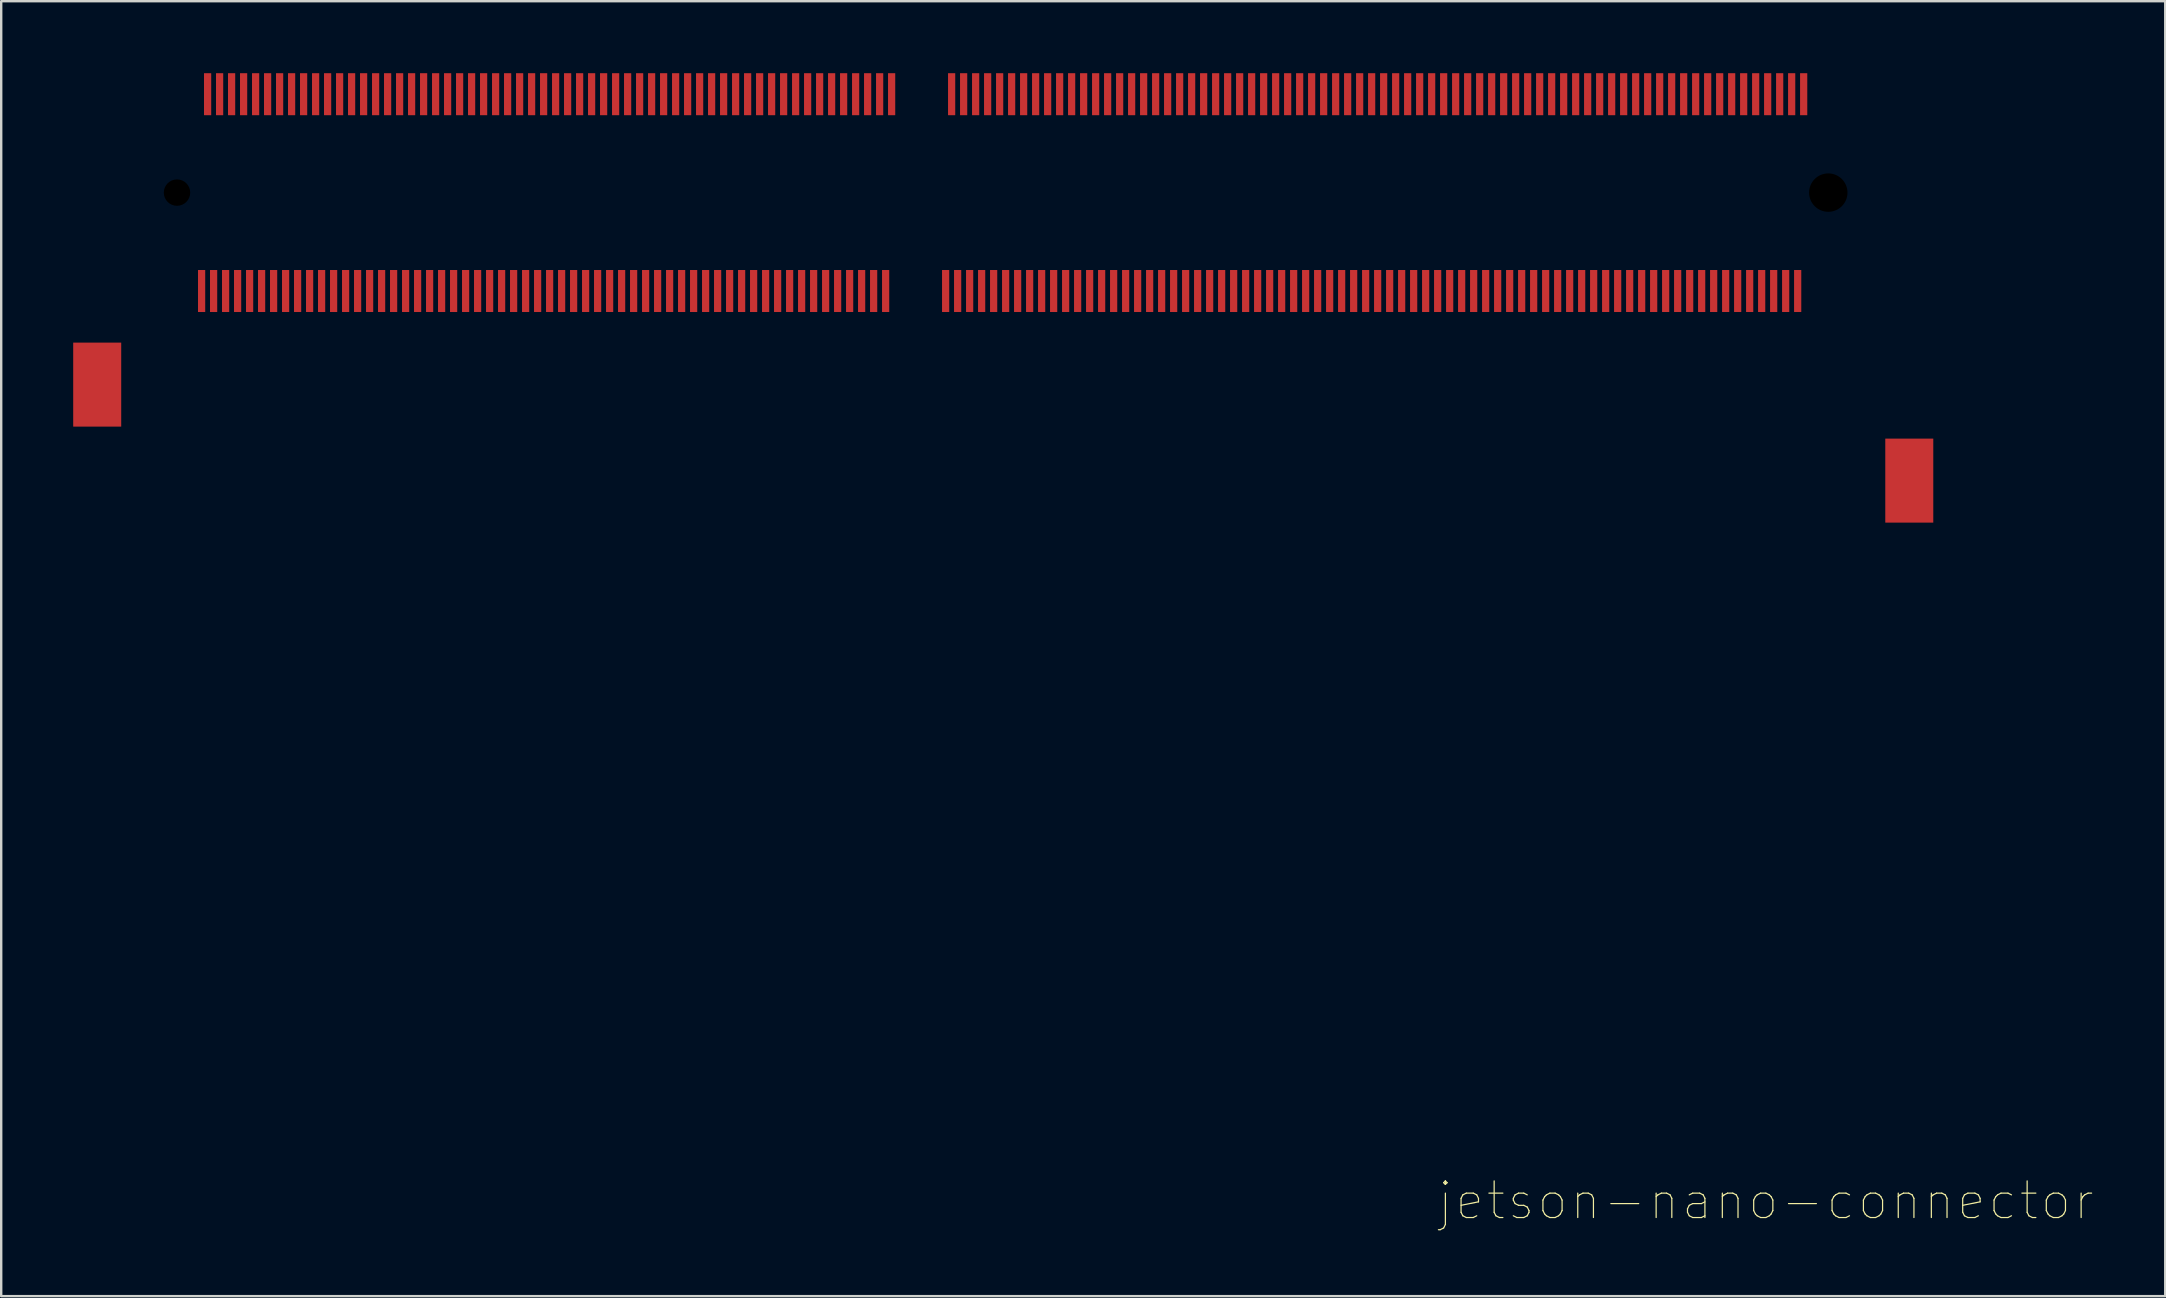
<source format=kicad_pcb>
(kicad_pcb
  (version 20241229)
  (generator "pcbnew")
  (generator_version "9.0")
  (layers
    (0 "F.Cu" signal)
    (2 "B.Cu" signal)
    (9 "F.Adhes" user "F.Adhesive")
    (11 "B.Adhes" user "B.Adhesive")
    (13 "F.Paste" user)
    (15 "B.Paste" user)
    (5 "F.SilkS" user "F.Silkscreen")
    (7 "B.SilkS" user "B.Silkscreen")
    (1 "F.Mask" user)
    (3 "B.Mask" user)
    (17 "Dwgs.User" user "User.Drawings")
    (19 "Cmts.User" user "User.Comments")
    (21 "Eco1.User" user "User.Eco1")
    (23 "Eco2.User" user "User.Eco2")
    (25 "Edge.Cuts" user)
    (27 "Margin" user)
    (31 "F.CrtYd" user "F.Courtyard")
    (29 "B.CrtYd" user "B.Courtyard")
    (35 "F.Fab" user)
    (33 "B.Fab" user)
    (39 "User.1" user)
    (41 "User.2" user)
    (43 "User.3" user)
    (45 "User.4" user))
  (footprint "jetson-nano-connector"
    (layer "F.Cu")
    (at 70.525 46.975)
    (property "Reference" "jetson-nano-connector" (at 0 0 0) (layer "F.SilkS") (effects (font (size 1.524 1.524) (thickness 0.05))))
    (attr smd)
    (pad "" np_thru_hole circle (at -66.2 -42 180) (size 1.1 1.1) (drill 1.1) (layers "*.Mask"))
    (pad "" np_thru_hole circle (at 2.6 -42 180) (size 1.6 1.6) (drill 1.6) (layers "*.Mask"))
    (pad "1" smd rect (at 1.575 -46.1 180) (size 0.3 1.75) (layers "F.Cu" "F.Mask" "F.Paste"))
    (pad "2" smd rect (at 1.325 -37.9 180) (size 0.3 1.75) (layers "F.Cu" "F.Mask" "F.Paste"))
    (pad "3" smd rect (at 1.075 -46.1 180) (size 0.3 1.75) (layers "F.Cu" "F.Mask" "F.Paste"))
    (pad "4" smd rect (at 0.825 -37.9 180) (size 0.3 1.75) (layers "F.Cu" "F.Mask" "F.Paste"))
    (pad "5" smd rect (at 0.575 -46.1 180) (size 0.3 1.75) (layers "F.Cu" "F.Mask" "F.Paste"))
    (pad "6" smd rect (at 0.325 -37.9 180) (size 0.3 1.75) (layers "F.Cu" "F.Mask" "F.Paste"))
    (pad "7" smd rect (at 0.075 -46.1 180) (size 0.3 1.75) (layers "F.Cu" "F.Mask" "F.Paste"))
    (pad "8" smd rect (at -0.175 -37.9 180) (size 0.3 1.75) (layers "F.Cu" "F.Mask" "F.Paste"))
    (pad "9" smd rect (at -0.425 -46.1 180) (size 0.3 1.75) (layers "F.Cu" "F.Mask" "F.Paste"))
    (pad "10" smd rect (at -0.675 -37.9 180) (size 0.3 1.75) (layers "F.Cu" "F.Mask" "F.Paste"))
    (pad "11" smd rect (at -0.925 -46.1 180) (size 0.3 1.75) (layers "F.Cu" "F.Mask" "F.Paste"))
    (pad "12" smd rect (at -1.175 -37.9 180) (size 0.3 1.75) (layers "F.Cu" "F.Mask" "F.Paste"))
    (pad "13" smd rect (at -1.425 -46.1 180) (size 0.3 1.75) (layers "F.Cu" "F.Mask" "F.Paste"))
    (pad "14" smd rect (at -1.675 -37.9 180) (size 0.3 1.75) (layers "F.Cu" "F.Mask" "F.Paste"))
    (pad "15" smd rect (at -1.925 -46.1 180) (size 0.3 1.75) (layers "F.Cu" "F.Mask" "F.Paste"))
    (pad "16" smd rect (at -2.175 -37.9 180) (size 0.3 1.75) (layers "F.Cu" "F.Mask" "F.Paste"))
    (pad "17" smd rect (at -2.425 -46.1 180) (size 0.3 1.75) (layers "F.Cu" "F.Mask" "F.Paste"))
    (pad "18" smd rect (at -2.675 -37.9 180) (size 0.3 1.75) (layers "F.Cu" "F.Mask" "F.Paste"))
    (pad "19" smd rect (at -2.925 -46.1 180) (size 0.3 1.75) (layers "F.Cu" "F.Mask" "F.Paste"))
    (pad "20" smd rect (at -3.175 -37.9 180) (size 0.3 1.75) (layers "F.Cu" "F.Mask" "F.Paste"))
    (pad "21" smd rect (at -3.425 -46.1 180) (size 0.3 1.75) (layers "F.Cu" "F.Mask" "F.Paste"))
    (pad "22" smd rect (at -3.675 -37.9 180) (size 0.3 1.75) (layers "F.Cu" "F.Mask" "F.Paste"))
    (pad "23" smd rect (at -3.925 -46.1 180) (size 0.3 1.75) (layers "F.Cu" "F.Mask" "F.Paste"))
    (pad "24" smd rect (at -4.175 -37.9 180) (size 0.3 1.75) (layers "F.Cu" "F.Mask" "F.Paste"))
    (pad "25" smd rect (at -4.425 -46.1 180) (size 0.3 1.75) (layers "F.Cu" "F.Mask" "F.Paste"))
    (pad "26" smd rect (at -4.675 -37.9 180) (size 0.3 1.75) (layers "F.Cu" "F.Mask" "F.Paste"))
    (pad "27" smd rect (at -4.925 -46.1 180) (size 0.3 1.75) (layers "F.Cu" "F.Mask" "F.Paste"))
    (pad "28" smd rect (at -5.175 -37.9 180) (size 0.3 1.75) (layers "F.Cu" "F.Mask" "F.Paste"))
    (pad "29" smd rect (at -5.425 -46.1 180) (size 0.3 1.75) (layers "F.Cu" "F.Mask" "F.Paste"))
    (pad "30" smd rect (at -5.675 -37.9 180) (size 0.3 1.75) (layers "F.Cu" "F.Mask" "F.Paste"))
    (pad "31" smd rect (at -5.925 -46.1 180) (size 0.3 1.75) (layers "F.Cu" "F.Mask" "F.Paste"))
    (pad "32" smd rect (at -6.175 -37.9 180) (size 0.3 1.75) (layers "F.Cu" "F.Mask" "F.Paste"))
    (pad "33" smd rect (at -6.425 -46.1 180) (size 0.3 1.75) (layers "F.Cu" "F.Mask" "F.Paste"))
    (pad "34" smd rect (at -6.675 -37.9 180) (size 0.3 1.75) (layers "F.Cu" "F.Mask" "F.Paste"))
    (pad "35" smd rect (at -6.925 -46.1 180) (size 0.3 1.75) (layers "F.Cu" "F.Mask" "F.Paste"))
    (pad "36" smd rect (at -7.175 -37.9 180) (size 0.3 1.75) (layers "F.Cu" "F.Mask" "F.Paste"))
    (pad "37" smd rect (at -7.425 -46.1 180) (size 0.3 1.75) (layers "F.Cu" "F.Mask" "F.Paste"))
    (pad "38" smd rect (at -7.675 -37.9 180) (size 0.3 1.75) (layers "F.Cu" "F.Mask" "F.Paste"))
    (pad "39" smd rect (at -7.925 -46.1 180) (size 0.3 1.75) (layers "F.Cu" "F.Mask" "F.Paste"))
    (pad "40" smd rect (at -8.175 -37.9 180) (size 0.3 1.75) (layers "F.Cu" "F.Mask" "F.Paste"))
    (pad "41" smd rect (at -8.425 -46.1 180) (size 0.3 1.75) (layers "F.Cu" "F.Mask" "F.Paste"))
    (pad "42" smd rect (at -8.675 -37.9 180) (size 0.3 1.75) (layers "F.Cu" "F.Mask" "F.Paste"))
    (pad "43" smd rect (at -8.925 -46.1 180) (size 0.3 1.75) (layers "F.Cu" "F.Mask" "F.Paste"))
    (pad "44" smd rect (at -9.175 -37.9 180) (size 0.3 1.75) (layers "F.Cu" "F.Mask" "F.Paste"))
    (pad "45" smd rect (at -9.425 -46.1 180) (size 0.3 1.75) (layers "F.Cu" "F.Mask" "F.Paste"))
    (pad "46" smd rect (at -9.675 -37.9 180) (size 0.3 1.75) (layers "F.Cu" "F.Mask" "F.Paste"))
    (pad "47" smd rect (at -9.925 -46.1 180) (size 0.3 1.75) (layers "F.Cu" "F.Mask" "F.Paste"))
    (pad "48" smd rect (at -10.175 -37.9 180) (size 0.3 1.75) (layers "F.Cu" "F.Mask" "F.Paste"))
    (pad "49" smd rect (at -10.425 -46.1 180) (size 0.3 1.75) (layers "F.Cu" "F.Mask" "F.Paste"))
    (pad "50" smd rect (at -10.675 -37.9 180) (size 0.3 1.75) (layers "F.Cu" "F.Mask" "F.Paste"))
    (pad "51" smd rect (at -10.925 -46.1 180) (size 0.3 1.75) (layers "F.Cu" "F.Mask" "F.Paste"))
    (pad "52" smd rect (at -11.175 -37.9 180) (size 0.3 1.75) (layers "F.Cu" "F.Mask" "F.Paste"))
    (pad "53" smd rect (at -11.425 -46.1 180) (size 0.3 1.75) (layers "F.Cu" "F.Mask" "F.Paste"))
    (pad "54" smd rect (at -11.675 -37.9 180) (size 0.3 1.75) (layers "F.Cu" "F.Mask" "F.Paste"))
    (pad "55" smd rect (at -11.925 -46.1 180) (size 0.3 1.75) (layers "F.Cu" "F.Mask" "F.Paste"))
    (pad "56" smd rect (at -12.175 -37.9 180) (size 0.3 1.75) (layers "F.Cu" "F.Mask" "F.Paste"))
    (pad "57" smd rect (at -12.425 -46.1 180) (size 0.3 1.75) (layers "F.Cu" "F.Mask" "F.Paste"))
    (pad "58" smd rect (at -12.675 -37.9 180) (size 0.3 1.75) (layers "F.Cu" "F.Mask" "F.Paste"))
    (pad "59" smd rect (at -12.925 -46.1 180) (size 0.3 1.75) (layers "F.Cu" "F.Mask" "F.Paste"))
    (pad "60" smd rect (at -13.175 -37.9 180) (size 0.3 1.75) (layers "F.Cu" "F.Mask" "F.Paste"))
    (pad "61" smd rect (at -13.425 -46.1 180) (size 0.3 1.75) (layers "F.Cu" "F.Mask" "F.Paste"))
    (pad "62" smd rect (at -13.675 -37.9 180) (size 0.3 1.75) (layers "F.Cu" "F.Mask" "F.Paste"))
    (pad "63" smd rect (at -13.925 -46.1 180) (size 0.3 1.75) (layers "F.Cu" "F.Mask" "F.Paste"))
    (pad "64" smd rect (at -14.175 -37.9 180) (size 0.3 1.75) (layers "F.Cu" "F.Mask" "F.Paste"))
    (pad "65" smd rect (at -14.425 -46.1 180) (size 0.3 1.75) (layers "F.Cu" "F.Mask" "F.Paste"))
    (pad "66" smd rect (at -14.675 -37.9 180) (size 0.3 1.75) (layers "F.Cu" "F.Mask" "F.Paste"))
    (pad "67" smd rect (at -14.925 -46.1 180) (size 0.3 1.75) (layers "F.Cu" "F.Mask" "F.Paste"))
    (pad "68" smd rect (at -15.175 -37.9 180) (size 0.3 1.75) (layers "F.Cu" "F.Mask" "F.Paste"))
    (pad "69" smd rect (at -15.425 -46.1 180) (size 0.3 1.75) (layers "F.Cu" "F.Mask" "F.Paste"))
    (pad "70" smd rect (at -15.675 -37.9 180) (size 0.3 1.75) (layers "F.Cu" "F.Mask" "F.Paste"))
    (pad "71" smd rect (at -15.925 -46.1 180) (size 0.3 1.75) (layers "F.Cu" "F.Mask" "F.Paste"))
    (pad "72" smd rect (at -16.175 -37.9 180) (size 0.3 1.75) (layers "F.Cu" "F.Mask" "F.Paste"))
    (pad "73" smd rect (at -16.425 -46.1 180) (size 0.3 1.75) (layers "F.Cu" "F.Mask" "F.Paste"))
    (pad "74" smd rect (at -16.675 -37.9 180) (size 0.3 1.75) (layers "F.Cu" "F.Mask" "F.Paste"))
    (pad "75" smd rect (at -16.925 -46.1 180) (size 0.3 1.75) (layers "F.Cu" "F.Mask" "F.Paste"))
    (pad "76" smd rect (at -17.175 -37.9 180) (size 0.3 1.75) (layers "F.Cu" "F.Mask" "F.Paste"))
    (pad "77" smd rect (at -17.425 -46.1 180) (size 0.3 1.75) (layers "F.Cu" "F.Mask" "F.Paste"))
    (pad "78" smd rect (at -17.675 -37.9 180) (size 0.3 1.75) (layers "F.Cu" "F.Mask" "F.Paste"))
    (pad "79" smd rect (at -17.925 -46.1 180) (size 0.3 1.75) (layers "F.Cu" "F.Mask" "F.Paste"))
    (pad "80" smd rect (at -18.175 -37.9 180) (size 0.3 1.75) (layers "F.Cu" "F.Mask" "F.Paste"))
    (pad "81" smd rect (at -18.425 -46.1 180) (size 0.3 1.75) (layers "F.Cu" "F.Mask" "F.Paste"))
    (pad "82" smd rect (at -18.675 -37.9 180) (size 0.3 1.75) (layers "F.Cu" "F.Mask" "F.Paste"))
    (pad "83" smd rect (at -18.925 -46.1 180) (size 0.3 1.75) (layers "F.Cu" "F.Mask" "F.Paste"))
    (pad "84" smd rect (at -19.175 -37.9 180) (size 0.3 1.75) (layers "F.Cu" "F.Mask" "F.Paste"))
    (pad "85" smd rect (at -19.425 -46.1 180) (size 0.3 1.75) (layers "F.Cu" "F.Mask" "F.Paste"))
    (pad "86" smd rect (at -19.675 -37.9 180) (size 0.3 1.75) (layers "F.Cu" "F.Mask" "F.Paste"))
    (pad "87" smd rect (at -19.925 -46.1 180) (size 0.3 1.75) (layers "F.Cu" "F.Mask" "F.Paste"))
    (pad "88" smd rect (at -20.175 -37.9 180) (size 0.3 1.75) (layers "F.Cu" "F.Mask" "F.Paste"))
    (pad "89" smd rect (at -20.425 -46.1 180) (size 0.3 1.75) (layers "F.Cu" "F.Mask" "F.Paste"))
    (pad "90" smd rect (at -20.675 -37.9 180) (size 0.3 1.75) (layers "F.Cu" "F.Mask" "F.Paste"))
    (pad "91" smd rect (at -20.925 -46.1 180) (size 0.3 1.75) (layers "F.Cu" "F.Mask" "F.Paste"))
    (pad "92" smd rect (at -21.175 -37.9 180) (size 0.3 1.75) (layers "F.Cu" "F.Mask" "F.Paste"))
    (pad "93" smd rect (at -21.425 -46.1 180) (size 0.3 1.75) (layers "F.Cu" "F.Mask" "F.Paste"))
    (pad "94" smd rect (at -21.675 -37.9 180) (size 0.3 1.75) (layers "F.Cu" "F.Mask" "F.Paste"))
    (pad "95" smd rect (at -21.925 -46.1 180) (size 0.3 1.75) (layers "F.Cu" "F.Mask" "F.Paste"))
    (pad "96" smd rect (at -22.175 -37.9 180) (size 0.3 1.75) (layers "F.Cu" "F.Mask" "F.Paste"))
    (pad "97" smd rect (at -22.425 -46.1 180) (size 0.3 1.75) (layers "F.Cu" "F.Mask" "F.Paste"))
    (pad "98" smd rect (at -22.675 -37.9 180) (size 0.3 1.75) (layers "F.Cu" "F.Mask" "F.Paste"))
    (pad "99" smd rect (at -22.925 -46.1 180) (size 0.3 1.75) (layers "F.Cu" "F.Mask" "F.Paste"))
    (pad "100" smd rect (at -23.175 -37.9 180) (size 0.3 1.75) (layers "F.Cu" "F.Mask" "F.Paste"))
    (pad "101" smd rect (at -23.425 -46.1 180) (size 0.3 1.75) (layers "F.Cu" "F.Mask" "F.Paste"))
    (pad "102" smd rect (at -23.675 -37.9 180) (size 0.3 1.75) (layers "F.Cu" "F.Mask" "F.Paste"))
    (pad "103" smd rect (at -23.925 -46.1 180) (size 0.3 1.75) (layers "F.Cu" "F.Mask" "F.Paste"))
    (pad "104" smd rect (at -24.175 -37.9 180) (size 0.3 1.75) (layers "F.Cu" "F.Mask" "F.Paste"))
    (pad "105" smd rect (at -24.425 -46.1 180) (size 0.3 1.75) (layers "F.Cu" "F.Mask" "F.Paste"))
    (pad "106" smd rect (at -24.675 -37.9 180) (size 0.3 1.75) (layers "F.Cu" "F.Mask" "F.Paste"))
    (pad "107" smd rect (at -24.925 -46.1 180) (size 0.3 1.75) (layers "F.Cu" "F.Mask" "F.Paste"))
    (pad "108" smd rect (at -25.175 -37.9 180) (size 0.3 1.75) (layers "F.Cu" "F.Mask" "F.Paste"))
    (pad "109" smd rect (at -25.425 -46.1 180) (size 0.3 1.75) (layers "F.Cu" "F.Mask" "F.Paste"))
    (pad "110" smd rect (at -25.675 -37.9 180) (size 0.3 1.75) (layers "F.Cu" "F.Mask" "F.Paste"))
    (pad "111" smd rect (at -25.925 -46.1 180) (size 0.3 1.75) (layers "F.Cu" "F.Mask" "F.Paste"))
    (pad "112" smd rect (at -26.175 -37.9 180) (size 0.3 1.75) (layers "F.Cu" "F.Mask" "F.Paste"))
    (pad "113" smd rect (at -26.425 -46.1 180) (size 0.3 1.75) (layers "F.Cu" "F.Mask" "F.Paste"))
    (pad "114" smd rect (at -26.675 -37.9 180) (size 0.3 1.75) (layers "F.Cu" "F.Mask" "F.Paste"))
    (pad "115" smd rect (at -26.925 -46.1 180) (size 0.3 1.75) (layers "F.Cu" "F.Mask" "F.Paste"))
    (pad "116" smd rect (at -27.175 -37.9 180) (size 0.3 1.75) (layers "F.Cu" "F.Mask" "F.Paste"))
    (pad "117" smd rect (at -27.425 -46.1 180) (size 0.3 1.75) (layers "F.Cu" "F.Mask" "F.Paste"))
    (pad "118" smd rect (at -27.675 -37.9 180) (size 0.3 1.75) (layers "F.Cu" "F.Mask" "F.Paste"))
    (pad "119" smd rect (at -27.925 -46.1 180) (size 0.3 1.75) (layers "F.Cu" "F.Mask" "F.Paste"))
    (pad "120" smd rect (at -28.175 -37.9 180) (size 0.3 1.75) (layers "F.Cu" "F.Mask" "F.Paste"))
    (pad "121" smd rect (at -28.425 -46.1 180) (size 0.3 1.75) (layers "F.Cu" "F.Mask" "F.Paste"))
    (pad "122" smd rect (at -28.675 -37.9 180) (size 0.3 1.75) (layers "F.Cu" "F.Mask" "F.Paste"))
    (pad "123" smd rect (at -28.925 -46.1 180) (size 0.3 1.75) (layers "F.Cu" "F.Mask" "F.Paste"))
    (pad "124" smd rect (at -29.175 -37.9 180) (size 0.3 1.75) (layers "F.Cu" "F.Mask" "F.Paste"))
    (pad "125" smd rect (at -29.425 -46.1 180) (size 0.3 1.75) (layers "F.Cu" "F.Mask" "F.Paste"))
    (pad "126" smd rect (at -29.675 -37.9 180) (size 0.3 1.75) (layers "F.Cu" "F.Mask" "F.Paste"))
    (pad "127" smd rect (at -29.925 -46.1 180) (size 0.3 1.75) (layers "F.Cu" "F.Mask" "F.Paste"))
    (pad "128" smd rect (at -30.175 -37.9 180) (size 0.3 1.75) (layers "F.Cu" "F.Mask" "F.Paste"))
    (pad "129" smd rect (at -30.425 -46.1 180) (size 0.3 1.75) (layers "F.Cu" "F.Mask" "F.Paste"))
    (pad "130" smd rect (at -30.675 -37.9 180) (size 0.3 1.75) (layers "F.Cu" "F.Mask" "F.Paste"))
    (pad "131" smd rect (at -30.925 -46.1 180) (size 0.3 1.75) (layers "F.Cu" "F.Mask" "F.Paste"))
    (pad "132" smd rect (at -31.175 -37.9 180) (size 0.3 1.75) (layers "F.Cu" "F.Mask" "F.Paste"))
    (pad "133" smd rect (at -31.425 -46.1 180) (size 0.3 1.75) (layers "F.Cu" "F.Mask" "F.Paste"))
    (pad "134" smd rect (at -31.675 -37.9 180) (size 0.3 1.75) (layers "F.Cu" "F.Mask" "F.Paste"))
    (pad "135" smd rect (at -31.925 -46.1 180) (size 0.3 1.75) (layers "F.Cu" "F.Mask" "F.Paste"))
    (pad "136" smd rect (at -32.175 -37.9 180) (size 0.3 1.75) (layers "F.Cu" "F.Mask" "F.Paste"))
    (pad "137" smd rect (at -32.425 -46.1 180) (size 0.3 1.75) (layers "F.Cu" "F.Mask" "F.Paste"))
    (pad "138" smd rect (at -32.675 -37.9 180) (size 0.3 1.75) (layers "F.Cu" "F.Mask" "F.Paste"))
    (pad "139" smd rect (at -32.925 -46.1 180) (size 0.3 1.75) (layers "F.Cu" "F.Mask" "F.Paste"))
    (pad "140" smd rect (at -33.175 -37.9 180) (size 0.3 1.75) (layers "F.Cu" "F.Mask" "F.Paste"))
    (pad "141" smd rect (at -33.425 -46.1 180) (size 0.3 1.75) (layers "F.Cu" "F.Mask" "F.Paste"))
    (pad "142" smd rect (at -33.675 -37.9 180) (size 0.3 1.75) (layers "F.Cu" "F.Mask" "F.Paste"))
    (pad "143" smd rect (at -33.925 -46.1 180) (size 0.3 1.75) (layers "F.Cu" "F.Mask" "F.Paste"))
    (pad "144" smd rect (at -34.175 -37.9 180) (size 0.3 1.75) (layers "F.Cu" "F.Mask" "F.Paste"))
    (pad "145" smd rect (at -36.425 -46.1 180) (size 0.3 1.75) (layers "F.Cu" "F.Mask" "F.Paste"))
    (pad "146" smd rect (at -36.675 -37.9 180) (size 0.3 1.75) (layers "F.Cu" "F.Mask" "F.Paste"))
    (pad "147" smd rect (at -36.925 -46.1 180) (size 0.3 1.75) (layers "F.Cu" "F.Mask" "F.Paste"))
    (pad "148" smd rect (at -37.175 -37.9 180) (size 0.3 1.75) (layers "F.Cu" "F.Mask" "F.Paste"))
    (pad "149" smd rect (at -37.425 -46.1 180) (size 0.3 1.75) (layers "F.Cu" "F.Mask" "F.Paste"))
    (pad "150" smd rect (at -37.675 -37.9 180) (size 0.3 1.75) (layers "F.Cu" "F.Mask" "F.Paste"))
    (pad "151" smd rect (at -37.925 -46.1 180) (size 0.3 1.75) (layers "F.Cu" "F.Mask" "F.Paste"))
    (pad "152" smd rect (at -38.175 -37.9 180) (size 0.3 1.75) (layers "F.Cu" "F.Mask" "F.Paste"))
    (pad "153" smd rect (at -38.425 -46.1 180) (size 0.3 1.75) (layers "F.Cu" "F.Mask" "F.Paste"))
    (pad "154" smd rect (at -38.675 -37.9 180) (size 0.3 1.75) (layers "F.Cu" "F.Mask" "F.Paste"))
    (pad "155" smd rect (at -38.925 -46.1 180) (size 0.3 1.75) (layers "F.Cu" "F.Mask" "F.Paste"))
    (pad "156" smd rect (at -39.175 -37.9 180) (size 0.3 1.75) (layers "F.Cu" "F.Mask" "F.Paste"))
    (pad "157" smd rect (at -39.425 -46.1 180) (size 0.3 1.75) (layers "F.Cu" "F.Mask" "F.Paste"))
    (pad "158" smd rect (at -39.675 -37.9 180) (size 0.3 1.75) (layers "F.Cu" "F.Mask" "F.Paste"))
    (pad "159" smd rect (at -39.925 -46.1 180) (size 0.3 1.75) (layers "F.Cu" "F.Mask" "F.Paste"))
    (pad "160" smd rect (at -40.175 -37.9 180) (size 0.3 1.75) (layers "F.Cu" "F.Mask" "F.Paste"))
    (pad "161" smd rect (at -40.425 -46.1 180) (size 0.3 1.75) (layers "F.Cu" "F.Mask" "F.Paste"))
    (pad "162" smd rect (at -40.675 -37.9 180) (size 0.3 1.75) (layers "F.Cu" "F.Mask" "F.Paste"))
    (pad "163" smd rect (at -40.925 -46.1 180) (size 0.3 1.75) (layers "F.Cu" "F.Mask" "F.Paste"))
    (pad "164" smd rect (at -41.175 -37.9 180) (size 0.3 1.75) (layers "F.Cu" "F.Mask" "F.Paste"))
    (pad "165" smd rect (at -41.425 -46.1 180) (size 0.3 1.75) (layers "F.Cu" "F.Mask" "F.Paste"))
    (pad "166" smd rect (at -41.675 -37.9 180) (size 0.3 1.75) (layers "F.Cu" "F.Mask" "F.Paste"))
    (pad "167" smd rect (at -41.925 -46.1 180) (size 0.3 1.75) (layers "F.Cu" "F.Mask" "F.Paste"))
    (pad "168" smd rect (at -42.175 -37.9 180) (size 0.3 1.75) (layers "F.Cu" "F.Mask" "F.Paste"))
    (pad "169" smd rect (at -42.425 -46.1 180) (size 0.3 1.75) (layers "F.Cu" "F.Mask" "F.Paste"))
    (pad "170" smd rect (at -42.675 -37.9 180) (size 0.3 1.75) (layers "F.Cu" "F.Mask" "F.Paste"))
    (pad "171" smd rect (at -42.925 -46.1 180) (size 0.3 1.75) (layers "F.Cu" "F.Mask" "F.Paste"))
    (pad "172" smd rect (at -43.175 -37.9 180) (size 0.3 1.75) (layers "F.Cu" "F.Mask" "F.Paste"))
    (pad "173" smd rect (at -43.425 -46.1 180) (size 0.3 1.75) (layers "F.Cu" "F.Mask" "F.Paste"))
    (pad "174" smd rect (at -43.675 -37.9 180) (size 0.3 1.75) (layers "F.Cu" "F.Mask" "F.Paste"))
    (pad "175" smd rect (at -43.925 -46.1 180) (size 0.3 1.75) (layers "F.Cu" "F.Mask" "F.Paste"))
    (pad "176" smd rect (at -44.175 -37.9 180) (size 0.3 1.75) (layers "F.Cu" "F.Mask" "F.Paste"))
    (pad "177" smd rect (at -44.425 -46.1 180) (size 0.3 1.75) (layers "F.Cu" "F.Mask" "F.Paste"))
    (pad "178" smd rect (at -44.675 -37.9 180) (size 0.3 1.75) (layers "F.Cu" "F.Mask" "F.Paste"))
    (pad "179" smd rect (at -44.925 -46.1 180) (size 0.3 1.75) (layers "F.Cu" "F.Mask" "F.Paste"))
    (pad "180" smd rect (at -45.175 -37.9 180) (size 0.3 1.75) (layers "F.Cu" "F.Mask" "F.Paste"))
    (pad "181" smd rect (at -45.425 -46.1 180) (size 0.3 1.75) (layers "F.Cu" "F.Mask" "F.Paste"))
    (pad "182" smd rect (at -45.675 -37.9 180) (size 0.3 1.75) (layers "F.Cu" "F.Mask" "F.Paste"))
    (pad "183" smd rect (at -45.925 -46.1 180) (size 0.3 1.75) (layers "F.Cu" "F.Mask" "F.Paste"))
    (pad "184" smd rect (at -46.175 -37.9 180) (size 0.3 1.75) (layers "F.Cu" "F.Mask" "F.Paste"))
    (pad "185" smd rect (at -46.425 -46.1 180) (size 0.3 1.75) (layers "F.Cu" "F.Mask" "F.Paste"))
    (pad "186" smd rect (at -46.675 -37.9 180) (size 0.3 1.75) (layers "F.Cu" "F.Mask" "F.Paste"))
    (pad "187" smd rect (at -46.925 -46.1 180) (size 0.3 1.75) (layers "F.Cu" "F.Mask" "F.Paste"))
    (pad "188" smd rect (at -47.175 -37.9 180) (size 0.3 1.75) (layers "F.Cu" "F.Mask" "F.Paste"))
    (pad "189" smd rect (at -47.425 -46.1 180) (size 0.3 1.75) (layers "F.Cu" "F.Mask" "F.Paste"))
    (pad "190" smd rect (at -47.675 -37.9 180) (size 0.3 1.75) (layers "F.Cu" "F.Mask" "F.Paste"))
    (pad "191" smd rect (at -47.925 -46.1 180) (size 0.3 1.75) (layers "F.Cu" "F.Mask" "F.Paste"))
    (pad "192" smd rect (at -48.175 -37.9 180) (size 0.3 1.75) (layers "F.Cu" "F.Mask" "F.Paste"))
    (pad "193" smd rect (at -48.425 -46.1 180) (size 0.3 1.75) (layers "F.Cu" "F.Mask" "F.Paste"))
    (pad "194" smd rect (at -48.675 -37.9 180) (size 0.3 1.75) (layers "F.Cu" "F.Mask" "F.Paste"))
    (pad "195" smd rect (at -48.925 -46.1 180) (size 0.3 1.75) (layers "F.Cu" "F.Mask" "F.Paste"))
    (pad "196" smd rect (at -49.175 -37.9 180) (size 0.3 1.75) (layers "F.Cu" "F.Mask" "F.Paste"))
    (pad "197" smd rect (at -49.425 -46.1 180) (size 0.3 1.75) (layers "F.Cu" "F.Mask" "F.Paste"))
    (pad "198" smd rect (at -49.675 -37.9 180) (size 0.3 1.75) (layers "F.Cu" "F.Mask" "F.Paste"))
    (pad "199" smd rect (at -49.925 -46.1 180) (size 0.3 1.75) (layers "F.Cu" "F.Mask" "F.Paste"))
    (pad "200" smd rect (at -50.175 -37.9 180) (size 0.3 1.75) (layers "F.Cu" "F.Mask" "F.Paste"))
    (pad "201" smd rect (at -50.425 -46.1 180) (size 0.3 1.75) (layers "F.Cu" "F.Mask" "F.Paste"))
    (pad "202" smd rect (at -50.675 -37.9 180) (size 0.3 1.75) (layers "F.Cu" "F.Mask" "F.Paste"))
    (pad "203" smd rect (at -50.925 -46.1 180) (size 0.3 1.75) (layers "F.Cu" "F.Mask" "F.Paste"))
    (pad "204" smd rect (at -51.175 -37.9 180) (size 0.3 1.75) (layers "F.Cu" "F.Mask" "F.Paste"))
    (pad "205" smd rect (at -51.425 -46.1 180) (size 0.3 1.75) (layers "F.Cu" "F.Mask" "F.Paste"))
    (pad "206" smd rect (at -51.675 -37.9 180) (size 0.3 1.75) (layers "F.Cu" "F.Mask" "F.Paste"))
    (pad "207" smd rect (at -51.925 -46.1 180) (size 0.3 1.75) (layers "F.Cu" "F.Mask" "F.Paste"))
    (pad "208" smd rect (at -52.175 -37.9 180) (size 0.3 1.75) (layers "F.Cu" "F.Mask" "F.Paste"))
    (pad "209" smd rect (at -52.425 -46.1 180) (size 0.3 1.75) (layers "F.Cu" "F.Mask" "F.Paste"))
    (pad "210" smd rect (at -52.675 -37.9 180) (size 0.3 1.75) (layers "F.Cu" "F.Mask" "F.Paste"))
    (pad "211" smd rect (at -52.925 -46.1 180) (size 0.3 1.75) (layers "F.Cu" "F.Mask" "F.Paste"))
    (pad "212" smd rect (at -53.175 -37.9 180) (size 0.3 1.75) (layers "F.Cu" "F.Mask" "F.Paste"))
    (pad "213" smd rect (at -53.425 -46.1 180) (size 0.3 1.75) (layers "F.Cu" "F.Mask" "F.Paste"))
    (pad "214" smd rect (at -53.675 -37.9 180) (size 0.3 1.75) (layers "F.Cu" "F.Mask" "F.Paste"))
    (pad "215" smd rect (at -53.925 -46.1 180) (size 0.3 1.75) (layers "F.Cu" "F.Mask" "F.Paste"))
    (pad "216" smd rect (at -54.175 -37.9 180) (size 0.3 1.75) (layers "F.Cu" "F.Mask" "F.Paste"))
    (pad "217" smd rect (at -54.425 -46.1 180) (size 0.3 1.75) (layers "F.Cu" "F.Mask" "F.Paste"))
    (pad "218" smd rect (at -54.675 -37.9 180) (size 0.3 1.75) (layers "F.Cu" "F.Mask" "F.Paste"))
    (pad "219" smd rect (at -54.925 -46.1 180) (size 0.3 1.75) (layers "F.Cu" "F.Mask" "F.Paste"))
    (pad "220" smd rect (at -55.175 -37.9 180) (size 0.3 1.75) (layers "F.Cu" "F.Mask" "F.Paste"))
    (pad "221" smd rect (at -55.425 -46.1 180) (size 0.3 1.75) (layers "F.Cu" "F.Mask" "F.Paste"))
    (pad "222" smd rect (at -55.675 -37.9 180) (size 0.3 1.75) (layers "F.Cu" "F.Mask" "F.Paste"))
    (pad "223" smd rect (at -55.925 -46.1 180) (size 0.3 1.75) (layers "F.Cu" "F.Mask" "F.Paste"))
    (pad "224" smd rect (at -56.175 -37.9 180) (size 0.3 1.75) (layers "F.Cu" "F.Mask" "F.Paste"))
    (pad "225" smd rect (at -56.425 -46.1 180) (size 0.3 1.75) (layers "F.Cu" "F.Mask" "F.Paste"))
    (pad "226" smd rect (at -56.675 -37.9 180) (size 0.3 1.75) (layers "F.Cu" "F.Mask" "F.Paste"))
    (pad "227" smd rect (at -56.925 -46.1 180) (size 0.3 1.75) (layers "F.Cu" "F.Mask" "F.Paste"))
    (pad "228" smd rect (at -57.175 -37.9 180) (size 0.3 1.75) (layers "F.Cu" "F.Mask" "F.Paste"))
    (pad "229" smd rect (at -57.425 -46.1 180) (size 0.3 1.75) (layers "F.Cu" "F.Mask" "F.Paste"))
    (pad "230" smd rect (at -57.675 -37.9 180) (size 0.3 1.75) (layers "F.Cu" "F.Mask" "F.Paste"))
    (pad "231" smd rect (at -57.925 -46.1 180) (size 0.3 1.75) (layers "F.Cu" "F.Mask" "F.Paste"))
    (pad "232" smd rect (at -58.175 -37.9 180) (size 0.3 1.75) (layers "F.Cu" "F.Mask" "F.Paste"))
    (pad "233" smd rect (at -58.425 -46.1 180) (size 0.3 1.75) (layers "F.Cu" "F.Mask" "F.Paste"))
    (pad "234" smd rect (at -58.675 -37.9 180) (size 0.3 1.75) (layers "F.Cu" "F.Mask" "F.Paste"))
    (pad "235" smd rect (at -58.925 -46.1 180) (size 0.3 1.75) (layers "F.Cu" "F.Mask" "F.Paste"))
    (pad "236" smd rect (at -59.175 -37.9 180) (size 0.3 1.75) (layers "F.Cu" "F.Mask" "F.Paste"))
    (pad "237" smd rect (at -59.425 -46.1 180) (size 0.3 1.75) (layers "F.Cu" "F.Mask" "F.Paste"))
    (pad "238" smd rect (at -59.675 -37.9 180) (size 0.3 1.75) (layers "F.Cu" "F.Mask" "F.Paste"))
    (pad "239" smd rect (at -59.925 -46.1 180) (size 0.3 1.75) (layers "F.Cu" "F.Mask" "F.Paste"))
    (pad "240" smd rect (at -60.175 -37.9 180) (size 0.3 1.75) (layers "F.Cu" "F.Mask" "F.Paste"))
    (pad "241" smd rect (at -60.425 -46.1 180) (size 0.3 1.75) (layers "F.Cu" "F.Mask" "F.Paste"))
    (pad "242" smd rect (at -60.675 -37.9 180) (size 0.3 1.75) (layers "F.Cu" "F.Mask" "F.Paste"))
    (pad "243" smd rect (at -60.925 -46.1 180) (size 0.3 1.75) (layers "F.Cu" "F.Mask" "F.Paste"))
    (pad "244" smd rect (at -61.175 -37.9 180) (size 0.3 1.75) (layers "F.Cu" "F.Mask" "F.Paste"))
    (pad "245" smd rect (at -61.425 -46.1 180) (size 0.3 1.75) (layers "F.Cu" "F.Mask" "F.Paste"))
    (pad "246" smd rect (at -61.675 -37.9 180) (size 0.3 1.75) (layers "F.Cu" "F.Mask" "F.Paste"))
    (pad "247" smd rect (at -61.925 -46.1 180) (size 0.3 1.75) (layers "F.Cu" "F.Mask" "F.Paste"))
    (pad "248" smd rect (at -62.175 -37.9 180) (size 0.3 1.75) (layers "F.Cu" "F.Mask" "F.Paste"))
    (pad "249" smd rect (at -62.425 -46.1 180) (size 0.3 1.75) (layers "F.Cu" "F.Mask" "F.Paste"))
    (pad "250" smd rect (at -62.675 -37.9 180) (size 0.3 1.75) (layers "F.Cu" "F.Mask" "F.Paste"))
    (pad "251" smd rect (at -62.925 -46.1 180) (size 0.3 1.75) (layers "F.Cu" "F.Mask" "F.Paste"))
    (pad "252" smd rect (at -63.175 -37.9 180) (size 0.3 1.75) (layers "F.Cu" "F.Mask" "F.Paste"))
    (pad "253" smd rect (at -63.425 -46.1 180) (size 0.3 1.75) (layers "F.Cu" "F.Mask" "F.Paste"))
    (pad "254" smd rect (at -63.675 -37.9 180) (size 0.3 1.75) (layers "F.Cu" "F.Mask" "F.Paste"))
    (pad "255" smd rect (at -63.925 -46.1 180) (size 0.3 1.75) (layers "F.Cu" "F.Mask" "F.Paste"))
    (pad "256" smd rect (at -64.175 -37.9 180) (size 0.3 1.75) (layers "F.Cu" "F.Mask" "F.Paste"))
    (pad "257" smd rect (at -64.425 -46.1 180) (size 0.3 1.75) (layers "F.Cu" "F.Mask" "F.Paste"))
    (pad "258" smd rect (at -64.675 -37.9 180) (size 0.3 1.75) (layers "F.Cu" "F.Mask" "F.Paste"))
    (pad "259" smd rect (at -64.925 -46.1 180) (size 0.3 1.75) (layers "F.Cu" "F.Mask" "F.Paste"))
    (pad "260" smd rect (at -65.175 -37.9 180) (size 0.3 1.75) (layers "F.Cu" "F.Mask" "F.Paste"))
    (pad "261" smd rect (at -69.525 -34 180) (size 2 3.5) (layers "F.Cu" "F.Mask" "F.Paste"))
    (pad "262" smd rect (at 5.975 -30 180) (size 2 3.5) (layers "F.Cu" "F.Mask" "F.Paste")))
  (gr_rect
    (start -3 -3)
    (end 87.164 50.954)
    (stroke (width 0.1) (type default))
    (fill no)
    (layer "Edge.Cuts")))
</source>
